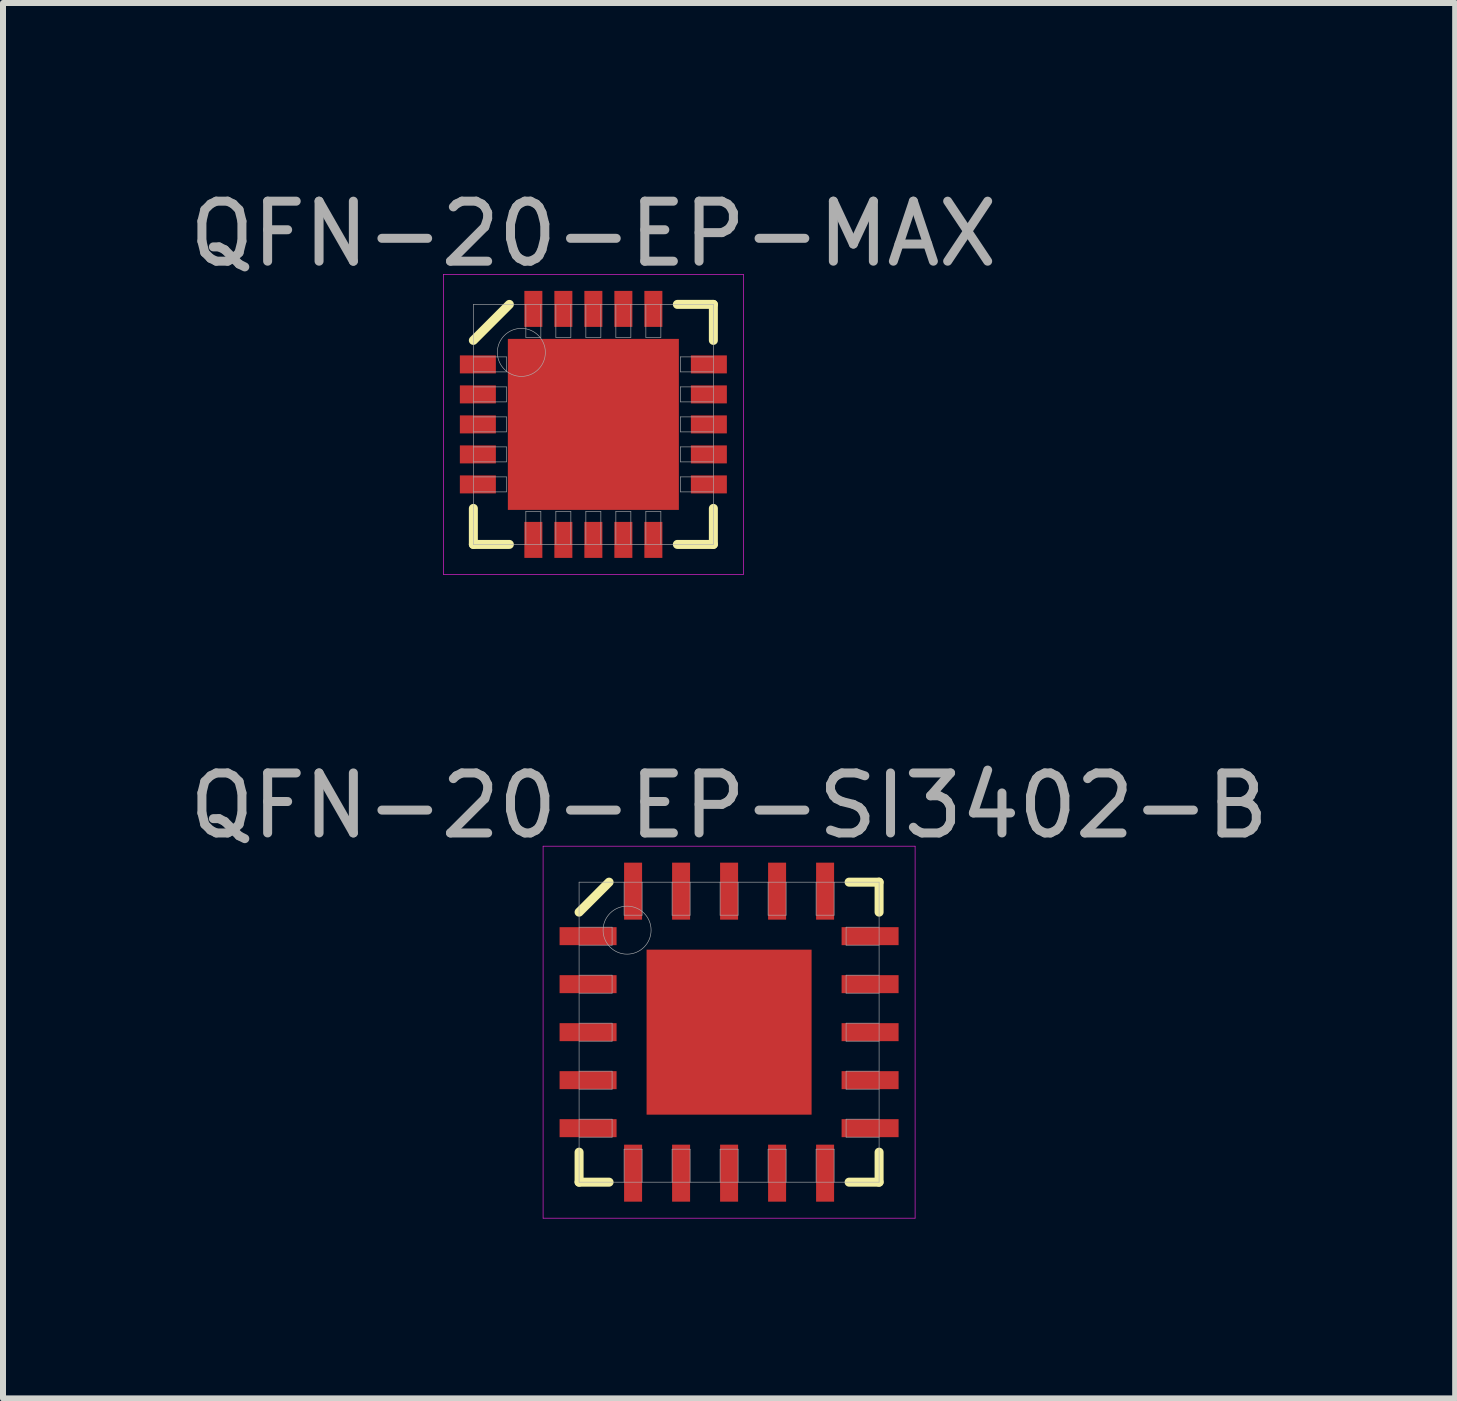
<source format=kicad_pcb>
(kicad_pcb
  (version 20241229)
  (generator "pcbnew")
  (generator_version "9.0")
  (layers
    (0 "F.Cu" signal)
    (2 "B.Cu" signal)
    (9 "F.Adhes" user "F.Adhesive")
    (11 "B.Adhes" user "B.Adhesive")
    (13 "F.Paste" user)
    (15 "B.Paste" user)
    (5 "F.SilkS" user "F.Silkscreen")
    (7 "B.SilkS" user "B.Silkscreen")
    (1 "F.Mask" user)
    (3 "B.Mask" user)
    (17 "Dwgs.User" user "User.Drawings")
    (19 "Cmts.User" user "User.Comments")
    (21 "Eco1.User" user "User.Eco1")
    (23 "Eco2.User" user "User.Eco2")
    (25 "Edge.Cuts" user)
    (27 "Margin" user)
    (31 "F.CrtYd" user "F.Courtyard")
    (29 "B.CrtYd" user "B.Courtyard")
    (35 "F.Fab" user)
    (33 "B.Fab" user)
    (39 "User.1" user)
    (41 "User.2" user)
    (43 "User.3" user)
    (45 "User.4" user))
  (footprint "QFN-20-EP-MAX"
    (layer "F.Cu")
    (at 6.839 4.023)
    (property "Reference" "QFN-20-EP-MAX" (at 0 -3.175 0) (layer "F.Fab") (effects (font (size 1 1) (thickness 0.15))))
    (attr through_hole)
    (fp_line (start -2 -1.4) (end -1.4 -2) (stroke (width 0.15) (type solid)) (layer "F.SilkS"))
    (fp_line (start -2 2) (end -2 1.4) (stroke (width 0.15) (type solid)) (layer "F.SilkS"))
    (fp_line (start -1.4 2) (end -2 2) (stroke (width 0.15) (type solid)) (layer "F.SilkS"))
    (fp_line (start 1.4 -2) (end 2 -2) (stroke (width 0.15) (type solid)) (layer "F.SilkS"))
    (fp_line (start 1.4 2) (end 2 2) (stroke (width 0.15) (type solid)) (layer "F.SilkS"))
    (fp_line (start 2 -2) (end 2 -1.4) (stroke (width 0.15) (type solid)) (layer "F.SilkS"))
    (fp_line (start 2 2) (end 2 1.4) (stroke (width 0.15) (type solid)) (layer "F.SilkS"))
    (fp_line (start -2.5 -2.5) (end 2.5 -2.5) (stroke (width 0.01) (type solid)) (layer "F.CrtYd"))
    (fp_line (start -2.5 2.5) (end -2.5 -2.5) (stroke (width 0.01) (type solid)) (layer "F.CrtYd"))
    (fp_line (start 2.5 -2.5) (end 2.5 2.5) (stroke (width 0.01) (type solid)) (layer "F.CrtYd"))
    (fp_line (start 2.5 2.5) (end -2.5 2.5) (stroke (width 0.01) (type solid)) (layer "F.CrtYd"))
    (fp_line (start -2 -2) (end 2 -2) (stroke (width 0.01) (type solid)) (layer "F.Fab"))
    (fp_line (start -2 -0.875) (end -1.45 -0.875) (stroke (width 0.01) (type solid)) (layer "F.Fab"))
    (fp_line (start -2 -0.375) (end -1.45 -0.375) (stroke (width 0.01) (type solid)) (layer "F.Fab"))
    (fp_line (start -2 0.125) (end -1.45 0.125) (stroke (width 0.01) (type solid)) (layer "F.Fab"))
    (fp_line (start -2 0.625) (end -1.45 0.625) (stroke (width 0.01) (type solid)) (layer "F.Fab"))
    (fp_line (start -2 1.125) (end -1.45 1.125) (stroke (width 0.01) (type solid)) (layer "F.Fab"))
    (fp_line (start -2 2) (end -2 -2) (stroke (width 0.01) (type solid)) (layer "F.Fab"))
    (fp_line (start -1.45 -1.125) (end -2 -1.125) (stroke (width 0.01) (type solid)) (layer "F.Fab"))
    (fp_line (start -1.45 -0.875) (end -1.45 -1.125) (stroke (width 0.01) (type solid)) (layer "F.Fab"))
    (fp_line (start -1.45 -0.625) (end -2 -0.625) (stroke (width 0.01) (type solid)) (layer "F.Fab"))
    (fp_line (start -1.45 -0.375) (end -1.45 -0.625) (stroke (width 0.01) (type solid)) (layer "F.Fab"))
    (fp_line (start -1.45 -0.125) (end -2 -0.125) (stroke (width 0.01) (type solid)) (layer "F.Fab"))
    (fp_line (start -1.45 0.125) (end -1.45 -0.125) (stroke (width 0.01) (type solid)) (layer "F.Fab"))
    (fp_line (start -1.45 0.375) (end -2 0.375) (stroke (width 0.01) (type solid)) (layer "F.Fab"))
    (fp_line (start -1.45 0.625) (end -1.45 0.375) (stroke (width 0.01) (type solid)) (layer "F.Fab"))
    (fp_line (start -1.45 0.875) (end -2 0.875) (stroke (width 0.01) (type solid)) (layer "F.Fab"))
    (fp_line (start -1.45 1.125) (end -1.45 0.875) (stroke (width 0.01) (type solid)) (layer "F.Fab"))
    (fp_line (start -1.125 -2) (end -1.125 -1.45) (stroke (width 0.01) (type solid)) (layer "F.Fab"))
    (fp_line (start -1.125 -1.45) (end -0.875 -1.45) (stroke (width 0.01) (type solid)) (layer "F.Fab"))
    (fp_line (start -1.125 1.45) (end -1.125 2) (stroke (width 0.01) (type solid)) (layer "F.Fab"))
    (fp_line (start -0.875 -1.45) (end -0.875 -2) (stroke (width 0.01) (type solid)) (layer "F.Fab"))
    (fp_line (start -0.875 1.45) (end -1.125 1.45) (stroke (width 0.01) (type solid)) (layer "F.Fab"))
    (fp_line (start -0.875 2) (end -0.875 1.45) (stroke (width 0.01) (type solid)) (layer "F.Fab"))
    (fp_line (start -0.625 -2) (end -0.625 -1.45) (stroke (width 0.01) (type solid)) (layer "F.Fab"))
    (fp_line (start -0.625 -1.45) (end -0.375 -1.45) (stroke (width 0.01) (type solid)) (layer "F.Fab"))
    (fp_line (start -0.625 1.45) (end -0.625 2) (stroke (width 0.01) (type solid)) (layer "F.Fab"))
    (fp_line (start -0.375 -1.45) (end -0.375 -2) (stroke (width 0.01) (type solid)) (layer "F.Fab"))
    (fp_line (start -0.375 1.45) (end -0.625 1.45) (stroke (width 0.01) (type solid)) (layer "F.Fab"))
    (fp_line (start -0.375 2) (end -0.375 1.45) (stroke (width 0.01) (type solid)) (layer "F.Fab"))
    (fp_line (start -0.125 -2) (end -0.125 -1.45) (stroke (width 0.01) (type solid)) (layer "F.Fab"))
    (fp_line (start -0.125 -1.45) (end 0.125 -1.45) (stroke (width 0.01) (type solid)) (layer "F.Fab"))
    (fp_line (start -0.125 1.45) (end -0.125 2) (stroke (width 0.01) (type solid)) (layer "F.Fab"))
    (fp_line (start 0.125 -1.45) (end 0.125 -2) (stroke (width 0.01) (type solid)) (layer "F.Fab"))
    (fp_line (start 0.125 1.45) (end -0.125 1.45) (stroke (width 0.01) (type solid)) (layer "F.Fab"))
    (fp_line (start 0.125 2) (end 0.125 1.45) (stroke (width 0.01) (type solid)) (layer "F.Fab"))
    (fp_line (start 0.375 -2) (end 0.375 -1.45) (stroke (width 0.01) (type solid)) (layer "F.Fab"))
    (fp_line (start 0.375 -1.45) (end 0.625 -1.45) (stroke (width 0.01) (type solid)) (layer "F.Fab"))
    (fp_line (start 0.375 1.45) (end 0.375 2) (stroke (width 0.01) (type solid)) (layer "F.Fab"))
    (fp_line (start 0.625 -1.45) (end 0.625 -2) (stroke (width 0.01) (type solid)) (layer "F.Fab"))
    (fp_line (start 0.625 1.45) (end 0.375 1.45) (stroke (width 0.01) (type solid)) (layer "F.Fab"))
    (fp_line (start 0.625 2) (end 0.625 1.45) (stroke (width 0.01) (type solid)) (layer "F.Fab"))
    (fp_line (start 0.875 -2) (end 0.875 -1.45) (stroke (width 0.01) (type solid)) (layer "F.Fab"))
    (fp_line (start 0.875 -1.45) (end 1.125 -1.45) (stroke (width 0.01) (type solid)) (layer "F.Fab"))
    (fp_line (start 0.875 1.45) (end 0.875 2) (stroke (width 0.01) (type solid)) (layer "F.Fab"))
    (fp_line (start 1.125 -1.45) (end 1.125 -2) (stroke (width 0.01) (type solid)) (layer "F.Fab"))
    (fp_line (start 1.125 1.45) (end 0.875 1.45) (stroke (width 0.01) (type solid)) (layer "F.Fab"))
    (fp_line (start 1.125 2) (end 1.125 1.45) (stroke (width 0.01) (type solid)) (layer "F.Fab"))
    (fp_line (start 1.45 -1.125) (end 1.45 -0.875) (stroke (width 0.01) (type solid)) (layer "F.Fab"))
    (fp_line (start 1.45 -0.875) (end 2 -0.875) (stroke (width 0.01) (type solid)) (layer "F.Fab"))
    (fp_line (start 1.45 -0.625) (end 1.45 -0.375) (stroke (width 0.01) (type solid)) (layer "F.Fab"))
    (fp_line (start 1.45 -0.375) (end 2 -0.375) (stroke (width 0.01) (type solid)) (layer "F.Fab"))
    (fp_line (start 1.45 -0.125) (end 1.45 0.125) (stroke (width 0.01) (type solid)) (layer "F.Fab"))
    (fp_line (start 1.45 0.125) (end 2 0.125) (stroke (width 0.01) (type solid)) (layer "F.Fab"))
    (fp_line (start 1.45 0.375) (end 1.45 0.625) (stroke (width 0.01) (type solid)) (layer "F.Fab"))
    (fp_line (start 1.45 0.625) (end 2 0.625) (stroke (width 0.01) (type solid)) (layer "F.Fab"))
    (fp_line (start 1.45 0.875) (end 1.45 1.125) (stroke (width 0.01) (type solid)) (layer "F.Fab"))
    (fp_line (start 1.45 1.125) (end 2 1.125) (stroke (width 0.01) (type solid)) (layer "F.Fab"))
    (fp_line (start 2 -2) (end 2 2) (stroke (width 0.01) (type solid)) (layer "F.Fab"))
    (fp_line (start 2 -1.125) (end 1.45 -1.125) (stroke (width 0.01) (type solid)) (layer "F.Fab"))
    (fp_line (start 2 -0.625) (end 1.45 -0.625) (stroke (width 0.01) (type solid)) (layer "F.Fab"))
    (fp_line (start 2 -0.125) (end 1.45 -0.125) (stroke (width 0.01) (type solid)) (layer "F.Fab"))
    (fp_line (start 2 0.375) (end 1.45 0.375) (stroke (width 0.01) (type solid)) (layer "F.Fab"))
    (fp_line (start 2 0.875) (end 1.45 0.875) (stroke (width 0.01) (type solid)) (layer "F.Fab"))
    (fp_line (start 2 2) (end -2 2) (stroke (width 0.01) (type solid)) (layer "F.Fab"))
    (fp_circle (center -1.2 -1.2) (end -1.2 -0.8) (stroke (width 0.01) (type solid)) (fill no) (layer "F.Fab"))
    (pad "" smd rect (at -0.65 -0.65) (size 1.1 1.1) (layers "F.Paste"))
    (pad "" smd rect (at -0.65 0.65) (size 1.1 1.1) (layers "F.Paste"))
    (pad "" smd rect (at 0.65 -0.65) (size 1.1 1.1) (layers "F.Paste"))
    (pad "" smd rect (at 0.65 0.65) (size 1.1 1.1) (layers "F.Paste"))
    (pad "1" smd rect (at -1.925 -1) (size 0.6 0.3) (layers "F.Cu" "F.Mask" "F.Paste"))
    (pad "2" smd rect (at -1.925 -0.5) (size 0.6 0.3) (layers "F.Cu" "F.Mask" "F.Paste"))
    (pad "3" smd rect (at -1.925 0) (size 0.6 0.3) (layers "F.Cu" "F.Mask" "F.Paste"))
    (pad "4" smd rect (at -1.925 0.5) (size 0.6 0.3) (layers "F.Cu" "F.Mask" "F.Paste"))
    (pad "5" smd rect (at -1.925 1) (size 0.6 0.3) (layers "F.Cu" "F.Mask" "F.Paste"))
    (pad "6" smd rect (at -1 1.925) (size 0.3 0.6) (layers "F.Cu" "F.Mask" "F.Paste"))
    (pad "7" smd rect (at -0.5 1.925) (size 0.3 0.6) (layers "F.Cu" "F.Mask" "F.Paste"))
    (pad "8" smd rect (at 0 1.925) (size 0.3 0.6) (layers "F.Cu" "F.Mask" "F.Paste"))
    (pad "9" smd rect (at 0.5 1.925) (size 0.3 0.6) (layers "F.Cu" "F.Mask" "F.Paste"))
    (pad "10" smd rect (at 1 1.925) (size 0.3 0.6) (layers "F.Cu" "F.Mask" "F.Paste"))
    (pad "11" smd rect (at 1.925 1) (size 0.6 0.3) (layers "F.Cu" "F.Mask" "F.Paste"))
    (pad "12" smd rect (at 1.925 0.5) (size 0.6 0.3) (layers "F.Cu" "F.Mask" "F.Paste"))
    (pad "13" smd rect (at 1.925 0) (size 0.6 0.3) (layers "F.Cu" "F.Mask" "F.Paste"))
    (pad "14" smd rect (at 1.925 -0.5) (size 0.6 0.3) (layers "F.Cu" "F.Mask" "F.Paste"))
    (pad "15" smd rect (at 1.925 -1) (size 0.6 0.3) (layers "F.Cu" "F.Mask" "F.Paste"))
    (pad "16" smd rect (at 1 -1.925) (size 0.3 0.6) (layers "F.Cu" "F.Mask" "F.Paste"))
    (pad "17" smd rect (at 0.5 -1.925) (size 0.3 0.6) (layers "F.Cu" "F.Mask" "F.Paste"))
    (pad "18" smd rect (at 0 -1.925) (size 0.3 0.6) (layers "F.Cu" "F.Mask" "F.Paste"))
    (pad "19" smd rect (at -0.5 -1.925) (size 0.3 0.6) (layers "F.Cu" "F.Mask" "F.Paste"))
    (pad "20" smd rect (at -1 -1.925) (size 0.3 0.6) (layers "F.Cu" "F.Mask" "F.Paste"))
    (pad "EP" smd rect (at 0 0) (size 2.85 2.85) (layers "F.Cu" "F.Mask")))
  (footprint "QFN-20-EP-SI3402-B"
    (layer "F.Cu")
    (at 9.101 14.152)
    (property "Reference" "QFN-20-EP-SI3402-B" (at 0 -3.775 0) (layer "F.Fab") (effects (font (size 1 1) (thickness 0.15))))
    (attr smd)
    (fp_line (start -2.5 -2) (end -2 -2.5) (stroke (width 0.15) (type solid)) (layer "F.SilkS"))
    (fp_line (start -2.5 2.5) (end -2.5 2) (stroke (width 0.15) (type solid)) (layer "F.SilkS"))
    (fp_line (start -2 2.5) (end -2.5 2.5) (stroke (width 0.15) (type solid)) (layer "F.SilkS"))
    (fp_line (start 2 -2.5) (end 2.5 -2.5) (stroke (width 0.15) (type solid)) (layer "F.SilkS"))
    (fp_line (start 2 2.5) (end 2.5 2.5) (stroke (width 0.15) (type solid)) (layer "F.SilkS"))
    (fp_line (start 2.5 -2.5) (end 2.5 -2) (stroke (width 0.15) (type solid)) (layer "F.SilkS"))
    (fp_line (start 2.5 2.5) (end 2.5 2) (stroke (width 0.15) (type solid)) (layer "F.SilkS"))
    (fp_line (start -3.1 -3.1) (end 3.1 -3.1) (stroke (width 0.01) (type solid)) (layer "F.CrtYd"))
    (fp_line (start -3.1 3.1) (end -3.1 -3.1) (stroke (width 0.01) (type solid)) (layer "F.CrtYd"))
    (fp_line (start 3.1 -3.1) (end 3.1 3.1) (stroke (width 0.01) (type solid)) (layer "F.CrtYd"))
    (fp_line (start 3.1 3.1) (end -3.1 3.1) (stroke (width 0.01) (type solid)) (layer "F.CrtYd"))
    (fp_line (start -2.5 -2.5) (end 2.5 -2.5) (stroke (width 0.01) (type solid)) (layer "F.Fab"))
    (fp_line (start -2.5 -1.45) (end -1.95 -1.45) (stroke (width 0.01) (type solid)) (layer "F.Fab"))
    (fp_line (start -2.5 -0.65) (end -1.95 -0.65) (stroke (width 0.01) (type solid)) (layer "F.Fab"))
    (fp_line (start -2.5 0.15) (end -1.95 0.15) (stroke (width 0.01) (type solid)) (layer "F.Fab"))
    (fp_line (start -2.5 0.95) (end -1.95 0.95) (stroke (width 0.01) (type solid)) (layer "F.Fab"))
    (fp_line (start -2.5 1.75) (end -1.95 1.75) (stroke (width 0.01) (type solid)) (layer "F.Fab"))
    (fp_line (start -2.5 2.5) (end -2.5 -2.5) (stroke (width 0.01) (type solid)) (layer "F.Fab"))
    (fp_line (start -1.95 -1.75) (end -2.5 -1.75) (stroke (width 0.01) (type solid)) (layer "F.Fab"))
    (fp_line (start -1.95 -1.45) (end -1.95 -1.75) (stroke (width 0.01) (type solid)) (layer "F.Fab"))
    (fp_line (start -1.95 -0.95) (end -2.5 -0.95) (stroke (width 0.01) (type solid)) (layer "F.Fab"))
    (fp_line (start -1.95 -0.65) (end -1.95 -0.95) (stroke (width 0.01) (type solid)) (layer "F.Fab"))
    (fp_line (start -1.95 -0.15) (end -2.5 -0.15) (stroke (width 0.01) (type solid)) (layer "F.Fab"))
    (fp_line (start -1.95 0.15) (end -1.95 -0.15) (stroke (width 0.01) (type solid)) (layer "F.Fab"))
    (fp_line (start -1.95 0.65) (end -2.5 0.65) (stroke (width 0.01) (type solid)) (layer "F.Fab"))
    (fp_line (start -1.95 0.95) (end -1.95 0.65) (stroke (width 0.01) (type solid)) (layer "F.Fab"))
    (fp_line (start -1.95 1.45) (end -2.5 1.45) (stroke (width 0.01) (type solid)) (layer "F.Fab"))
    (fp_line (start -1.95 1.75) (end -1.95 1.45) (stroke (width 0.01) (type solid)) (layer "F.Fab"))
    (fp_line (start -1.75 -2.5) (end -1.75 -1.95) (stroke (width 0.01) (type solid)) (layer "F.Fab"))
    (fp_line (start -1.75 -1.95) (end -1.45 -1.95) (stroke (width 0.01) (type solid)) (layer "F.Fab"))
    (fp_line (start -1.75 1.95) (end -1.75 2.5) (stroke (width 0.01) (type solid)) (layer "F.Fab"))
    (fp_line (start -1.45 -1.95) (end -1.45 -2.5) (stroke (width 0.01) (type solid)) (layer "F.Fab"))
    (fp_line (start -1.45 1.95) (end -1.75 1.95) (stroke (width 0.01) (type solid)) (layer "F.Fab"))
    (fp_line (start -1.45 2.5) (end -1.45 1.95) (stroke (width 0.01) (type solid)) (layer "F.Fab"))
    (fp_line (start -0.95 -2.5) (end -0.95 -1.95) (stroke (width 0.01) (type solid)) (layer "F.Fab"))
    (fp_line (start -0.95 -1.95) (end -0.65 -1.95) (stroke (width 0.01) (type solid)) (layer "F.Fab"))
    (fp_line (start -0.95 1.95) (end -0.95 2.5) (stroke (width 0.01) (type solid)) (layer "F.Fab"))
    (fp_line (start -0.65 -1.95) (end -0.65 -2.5) (stroke (width 0.01) (type solid)) (layer "F.Fab"))
    (fp_line (start -0.65 1.95) (end -0.95 1.95) (stroke (width 0.01) (type solid)) (layer "F.Fab"))
    (fp_line (start -0.65 2.5) (end -0.65 1.95) (stroke (width 0.01) (type solid)) (layer "F.Fab"))
    (fp_line (start -0.15 -2.5) (end -0.15 -1.95) (stroke (width 0.01) (type solid)) (layer "F.Fab"))
    (fp_line (start -0.15 -1.95) (end 0.15 -1.95) (stroke (width 0.01) (type solid)) (layer "F.Fab"))
    (fp_line (start -0.15 1.95) (end -0.15 2.5) (stroke (width 0.01) (type solid)) (layer "F.Fab"))
    (fp_line (start 0.15 -1.95) (end 0.15 -2.5) (stroke (width 0.01) (type solid)) (layer "F.Fab"))
    (fp_line (start 0.15 1.95) (end -0.15 1.95) (stroke (width 0.01) (type solid)) (layer "F.Fab"))
    (fp_line (start 0.15 2.5) (end 0.15 1.95) (stroke (width 0.01) (type solid)) (layer "F.Fab"))
    (fp_line (start 0.65 -2.5) (end 0.65 -1.95) (stroke (width 0.01) (type solid)) (layer "F.Fab"))
    (fp_line (start 0.65 -1.95) (end 0.95 -1.95) (stroke (width 0.01) (type solid)) (layer "F.Fab"))
    (fp_line (start 0.65 1.95) (end 0.65 2.5) (stroke (width 0.01) (type solid)) (layer "F.Fab"))
    (fp_line (start 0.95 -1.95) (end 0.95 -2.5) (stroke (width 0.01) (type solid)) (layer "F.Fab"))
    (fp_line (start 0.95 1.95) (end 0.65 1.95) (stroke (width 0.01) (type solid)) (layer "F.Fab"))
    (fp_line (start 0.95 2.5) (end 0.95 1.95) (stroke (width 0.01) (type solid)) (layer "F.Fab"))
    (fp_line (start 1.45 -2.5) (end 1.45 -1.95) (stroke (width 0.01) (type solid)) (layer "F.Fab"))
    (fp_line (start 1.45 -1.95) (end 1.75 -1.95) (stroke (width 0.01) (type solid)) (layer "F.Fab"))
    (fp_line (start 1.45 1.95) (end 1.45 2.5) (stroke (width 0.01) (type solid)) (layer "F.Fab"))
    (fp_line (start 1.75 -1.95) (end 1.75 -2.5) (stroke (width 0.01) (type solid)) (layer "F.Fab"))
    (fp_line (start 1.75 1.95) (end 1.45 1.95) (stroke (width 0.01) (type solid)) (layer "F.Fab"))
    (fp_line (start 1.75 2.5) (end 1.75 1.95) (stroke (width 0.01) (type solid)) (layer "F.Fab"))
    (fp_line (start 1.95 -1.75) (end 1.95 -1.45) (stroke (width 0.01) (type solid)) (layer "F.Fab"))
    (fp_line (start 1.95 -1.45) (end 2.5 -1.45) (stroke (width 0.01) (type solid)) (layer "F.Fab"))
    (fp_line (start 1.95 -0.95) (end 1.95 -0.65) (stroke (width 0.01) (type solid)) (layer "F.Fab"))
    (fp_line (start 1.95 -0.65) (end 2.5 -0.65) (stroke (width 0.01) (type solid)) (layer "F.Fab"))
    (fp_line (start 1.95 -0.15) (end 1.95 0.15) (stroke (width 0.01) (type solid)) (layer "F.Fab"))
    (fp_line (start 1.95 0.15) (end 2.5 0.15) (stroke (width 0.01) (type solid)) (layer "F.Fab"))
    (fp_line (start 1.95 0.65) (end 1.95 0.95) (stroke (width 0.01) (type solid)) (layer "F.Fab"))
    (fp_line (start 1.95 0.95) (end 2.5 0.95) (stroke (width 0.01) (type solid)) (layer "F.Fab"))
    (fp_line (start 1.95 1.45) (end 1.95 1.75) (stroke (width 0.01) (type solid)) (layer "F.Fab"))
    (fp_line (start 1.95 1.75) (end 2.5 1.75) (stroke (width 0.01) (type solid)) (layer "F.Fab"))
    (fp_line (start 2.5 -2.5) (end 2.5 2.5) (stroke (width 0.01) (type solid)) (layer "F.Fab"))
    (fp_line (start 2.5 -1.75) (end 1.95 -1.75) (stroke (width 0.01) (type solid)) (layer "F.Fab"))
    (fp_line (start 2.5 -0.95) (end 1.95 -0.95) (stroke (width 0.01) (type solid)) (layer "F.Fab"))
    (fp_line (start 2.5 -0.15) (end 1.95 -0.15) (stroke (width 0.01) (type solid)) (layer "F.Fab"))
    (fp_line (start 2.5 0.65) (end 1.95 0.65) (stroke (width 0.01) (type solid)) (layer "F.Fab"))
    (fp_line (start 2.5 1.45) (end 1.95 1.45) (stroke (width 0.01) (type solid)) (layer "F.Fab"))
    (fp_line (start 2.5 2.5) (end -2.5 2.5) (stroke (width 0.01) (type solid)) (layer "F.Fab"))
    (fp_circle (center -1.7 -1.7) (end -1.7 -1.3) (stroke (width 0.01) (type solid)) (fill no) (layer "F.Fab"))
    (pad "" smd rect (at -0.65 -0.65) (size 1.1 1.1) (layers "F.Paste"))
    (pad "" smd rect (at -0.65 0.65) (size 1.1 1.1) (layers "F.Paste"))
    (pad "" smd rect (at 0.65 -0.65) (size 1.1 1.1) (layers "F.Paste"))
    (pad "" smd rect (at 0.65 0.65) (size 1.1 1.1) (layers "F.Paste"))
    (pad "1" smd rect (at -2.35 -1.6) (size 0.95 0.3) (layers "F.Cu" "F.Mask" "F.Paste"))
    (pad "2" smd rect (at -2.35 -0.8) (size 0.95 0.3) (layers "F.Cu" "F.Mask" "F.Paste"))
    (pad "3" smd rect (at -2.35 0) (size 0.95 0.3) (layers "F.Cu" "F.Mask" "F.Paste"))
    (pad "4" smd rect (at -2.35 0.8) (size 0.95 0.3) (layers "F.Cu" "F.Mask" "F.Paste"))
    (pad "5" smd rect (at -2.35 1.6) (size 0.95 0.3) (layers "F.Cu" "F.Mask" "F.Paste"))
    (pad "6" smd rect (at -1.6 2.35) (size 0.3 0.95) (layers "F.Cu" "F.Mask" "F.Paste"))
    (pad "7" smd rect (at -0.8 2.35) (size 0.3 0.95) (layers "F.Cu" "F.Mask" "F.Paste"))
    (pad "8" smd rect (at 0 2.35) (size 0.3 0.95) (layers "F.Cu" "F.Mask" "F.Paste"))
    (pad "9" smd rect (at 0.8 2.35) (size 0.3 0.95) (layers "F.Cu" "F.Mask" "F.Paste"))
    (pad "10" smd rect (at 1.6 2.35) (size 0.3 0.95) (layers "F.Cu" "F.Mask" "F.Paste"))
    (pad "11" smd rect (at 2.35 1.6) (size 0.95 0.3) (layers "F.Cu" "F.Mask" "F.Paste"))
    (pad "12" smd rect (at 2.35 0.8) (size 0.95 0.3) (layers "F.Cu" "F.Mask" "F.Paste"))
    (pad "13" smd rect (at 2.35 0) (size 0.95 0.3) (layers "F.Cu" "F.Mask" "F.Paste"))
    (pad "14" smd rect (at 2.35 -0.8) (size 0.95 0.3) (layers "F.Cu" "F.Mask" "F.Paste"))
    (pad "15" smd rect (at 2.35 -1.6) (size 0.95 0.3) (layers "F.Cu" "F.Mask" "F.Paste"))
    (pad "16" smd rect (at 1.6 -2.35) (size 0.3 0.95) (layers "F.Cu" "F.Mask" "F.Paste"))
    (pad "17" smd rect (at 0.8 -2.35) (size 0.3 0.95) (layers "F.Cu" "F.Mask" "F.Paste"))
    (pad "18" smd rect (at 0 -2.35) (size 0.3 0.95) (layers "F.Cu" "F.Mask" "F.Paste"))
    (pad "19" smd rect (at -0.8 -2.35) (size 0.3 0.95) (layers "F.Cu" "F.Mask" "F.Paste"))
    (pad "20" smd rect (at -1.6 -2.35) (size 0.3 0.95) (layers "F.Cu" "F.Mask" "F.Paste"))
    (pad "EP" smd rect (at 0 0) (size 2.75 2.75) (layers "F.Cu" "F.Mask")))
  (gr_rect
    (start -3 -3)
    (end 21.202 20.256)
    (stroke (width 0.1) (type default))
    (fill no)
    (layer "Edge.Cuts")))
</source>
